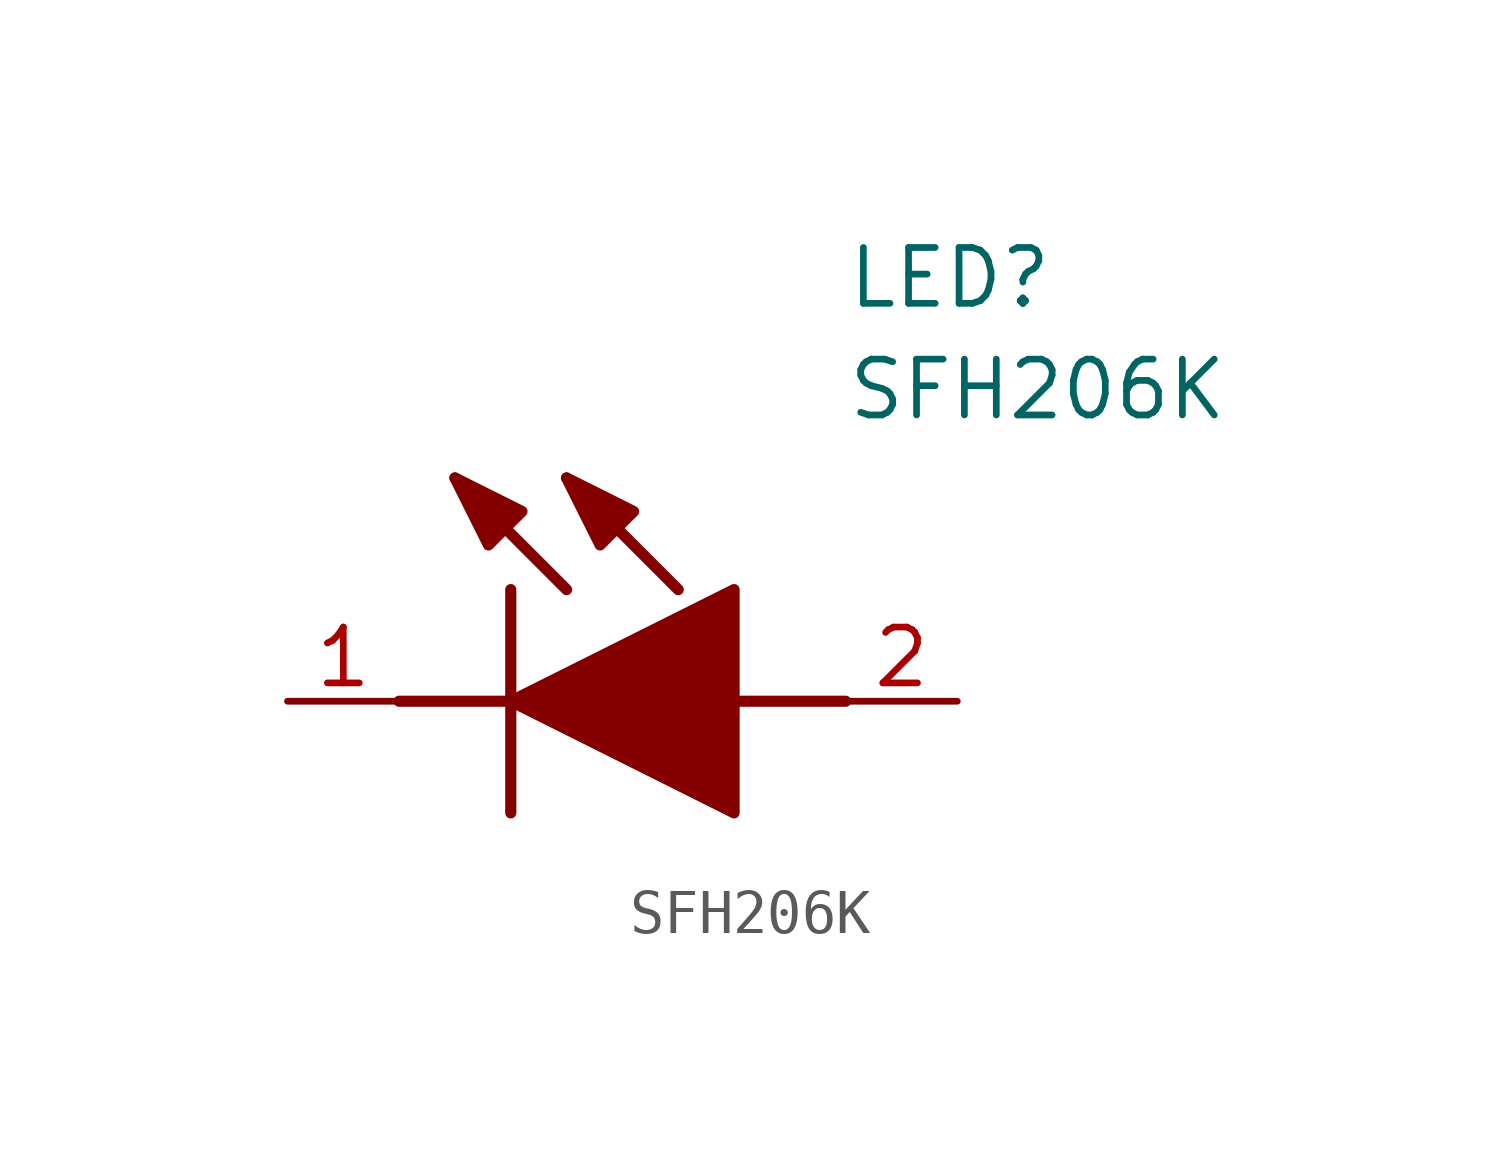
<source format=kicad_sym>
(kicad_symbol_lib
  (version 20211014)
  (generator SamacSys_ECAD_Model)
  (symbol "SFH206K"
    (pin_names hide)
    (property "Reference" "LED"
      (at 12.7 8.89 0)
      (effects (font (size 1.27 1.27)) (justify left bottom)))
    (property "Value" "SFH206K"
      (at 12.7 6.35 0)
      (effects (font (size 1.27 1.27)) (justify left bottom)))
    (polyline
      (pts (xy 5.08 2.54) (xy 5.08 -2.54))
      (stroke (width 0.254) (type default))
      (fill (type none)))
    (polyline
      (pts (xy 6.35 2.54) (xy 3.81 5.08))
      (stroke (width 0.254) (type default))
      (fill (type none)))
    (polyline
      (pts (xy 8.89 2.54) (xy 6.35 5.08))
      (stroke (width 0.254) (type default))
      (fill (type none)))
    (polyline
      (pts (xy 2.54 0) (xy 5.08 0))
      (stroke (width 0.254) (type default))
      (fill (type none)))
    (polyline
      (pts (xy 10.16 0) (xy 12.7 0))
      (stroke (width 0.254) (type default))
      (fill (type none)))
    (polyline
      (pts (xy 5.08 0) (xy 10.16 2.54) (xy 10.16 -2.54) (xy 5.08 0))
      (stroke (width 0.254) (type default))
      (fill (type outline)))
    (polyline
      (pts (xy 5.334 4.318) (xy 4.572 3.556) (xy 3.81 5.08) (xy 5.334 4.318))
      (stroke (width 0.254) (type default))
      (fill (type outline)))
    (polyline
      (pts (xy 7.874 4.318) (xy 7.112 3.556) (xy 6.35 5.08) (xy 7.874 4.318))
      (stroke (width 0.254) (type default))
      (fill (type outline)))
    (pin passive line
      (at 0 0 0)
      (length 2.54)
      (name "K" (effects (font (size 1.27 1.27))))
      (number "1" (effects (font (size 1.27 1.27)))))
    (pin passive line
      (at 15.24 0 180)
      (length 2.54)
      (name "A" (effects (font (size 1.27 1.27))))
      (number "2" (effects (font (size 1.27 1.27)))))))
</source>
